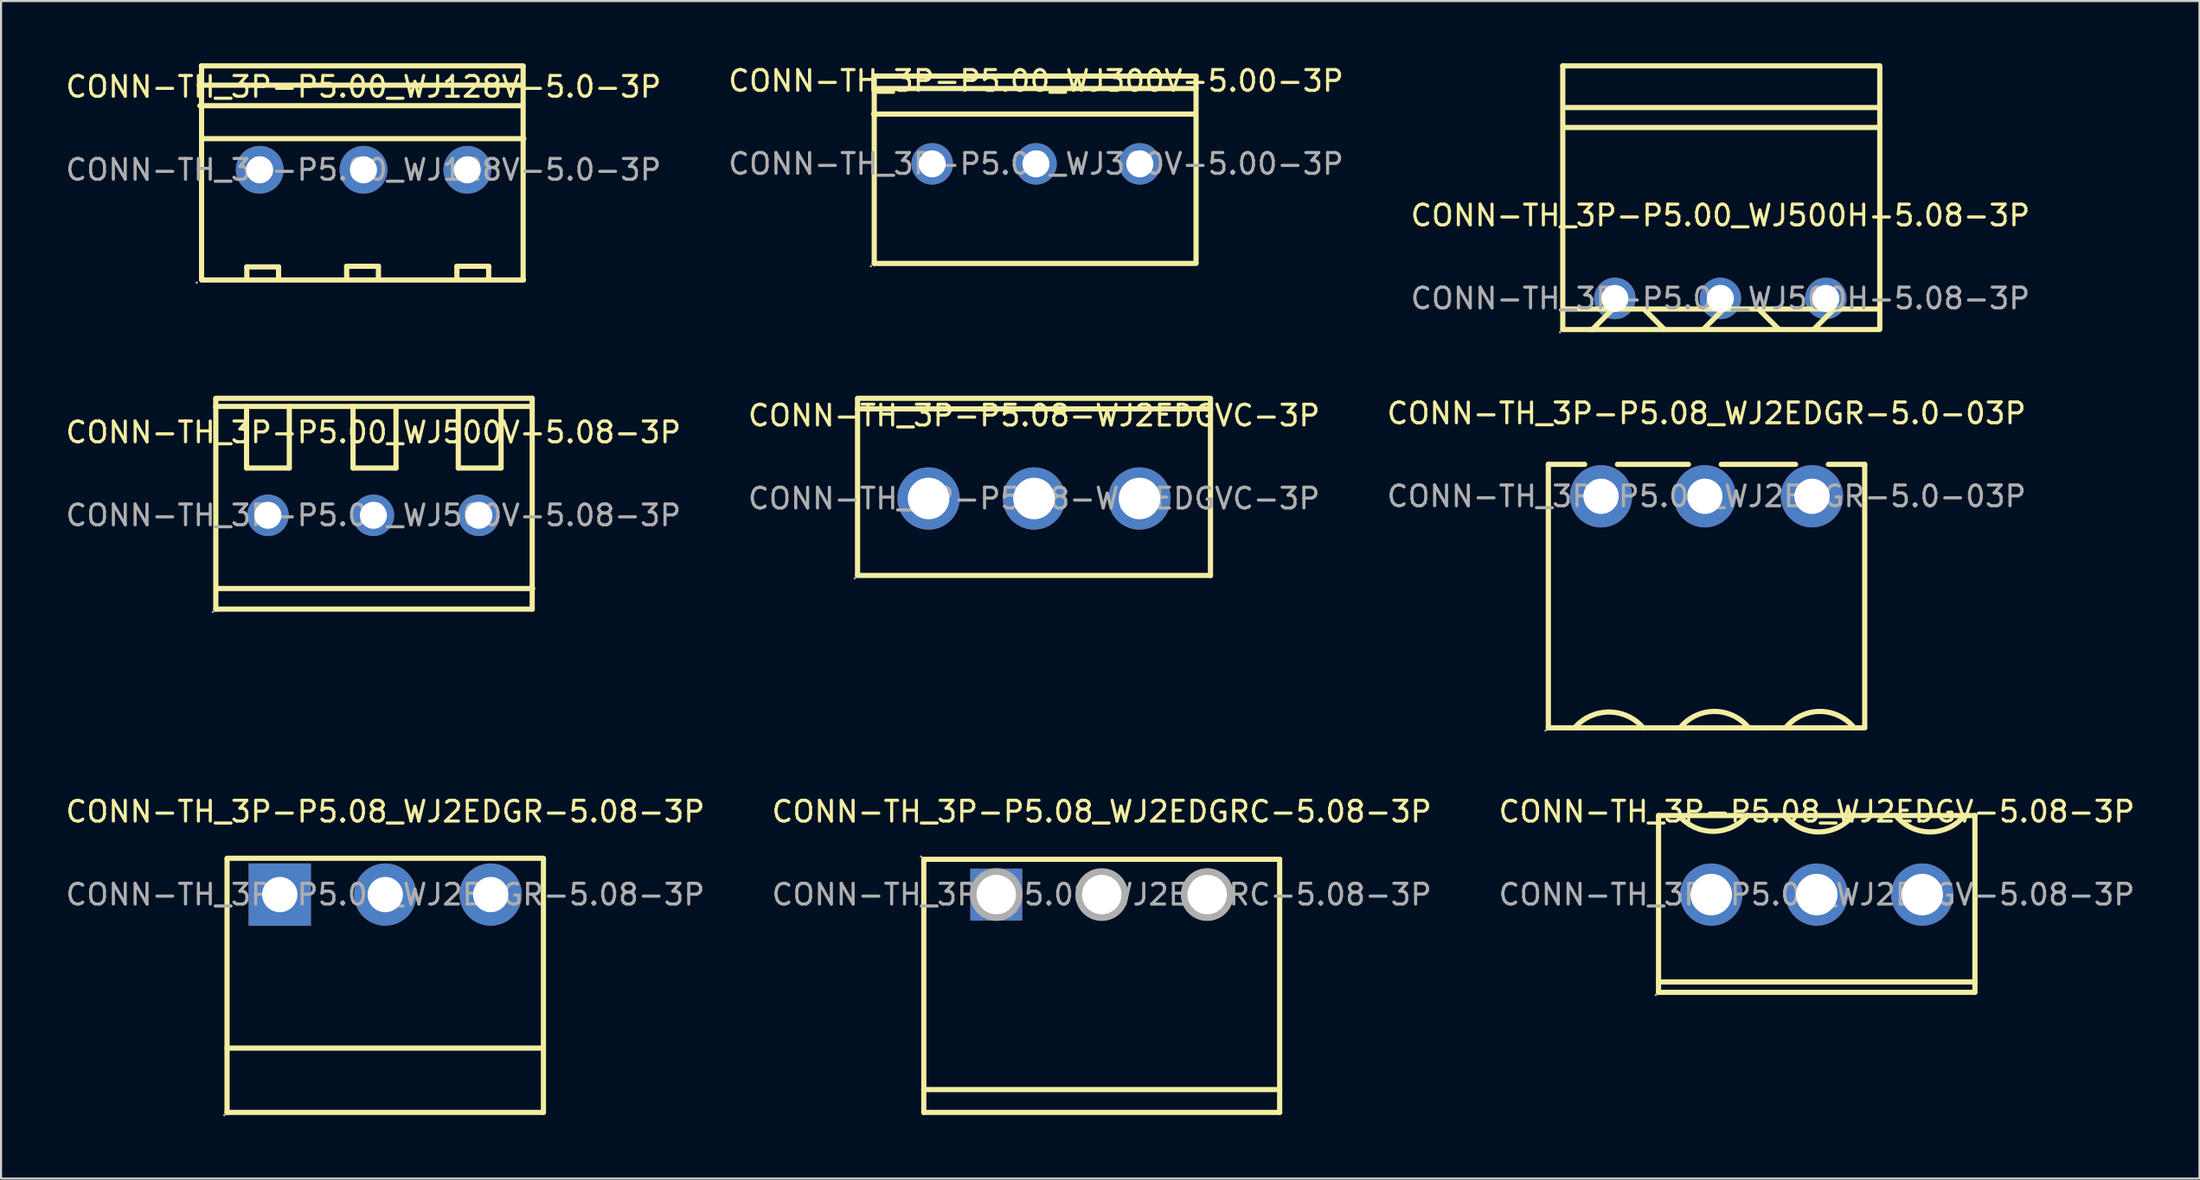
<source format=kicad_pcb>
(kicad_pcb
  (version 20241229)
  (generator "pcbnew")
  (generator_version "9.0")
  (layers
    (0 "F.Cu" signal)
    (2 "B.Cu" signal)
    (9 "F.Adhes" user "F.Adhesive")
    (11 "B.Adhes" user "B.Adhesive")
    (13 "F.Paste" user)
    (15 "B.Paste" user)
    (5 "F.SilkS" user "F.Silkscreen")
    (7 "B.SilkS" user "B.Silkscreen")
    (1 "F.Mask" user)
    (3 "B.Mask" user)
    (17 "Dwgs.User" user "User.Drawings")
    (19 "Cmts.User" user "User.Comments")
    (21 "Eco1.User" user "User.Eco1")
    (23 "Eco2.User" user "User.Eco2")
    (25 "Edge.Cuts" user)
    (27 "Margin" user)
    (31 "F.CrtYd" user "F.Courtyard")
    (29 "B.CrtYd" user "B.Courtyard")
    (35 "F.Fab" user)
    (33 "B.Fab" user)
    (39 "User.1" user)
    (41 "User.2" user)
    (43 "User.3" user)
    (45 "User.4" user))
  (footprint "CONN-TH_3P-P5.08_WJ2EDGRC-5.08-3P"
    (layer "F.Cu")
    (at 50.018 40.072)
    (property "Reference" "CONN-TH_3P-P5.08_WJ2EDGRC-5.08-3P" (at 0 -4 0) (layer "F.SilkS") (effects (font (size 1 1) (thickness 0.15))))
    (attr through_hole)
    (fp_line (start -8.57 -1.7) (end -8.57 10.5) (stroke (width 0.25) (type solid)) (layer "F.SilkS"))
    (fp_line (start -8.57 -1.7) (end 6.95 -1.7) (stroke (width 0.25) (type solid)) (layer "F.SilkS"))
    (fp_line (start -8.57 9.4) (end 8.57 9.4) (stroke (width 0.25) (type solid)) (layer "F.SilkS"))
    (fp_line (start 6.95 -1.7) (end 8.57 -1.7) (stroke (width 0.25) (type solid)) (layer "F.SilkS"))
    (fp_line (start 8.57 10.5) (end -8.57 10.5) (stroke (width 0.25) (type solid)) (layer "F.SilkS"))
    (fp_line (start 8.57 10.5) (end 8.57 -1.7) (stroke (width 0.25) (type solid)) (layer "F.SilkS"))
    (fp_circle (center -8.7 -1.83) (end -8.67 -1.83) (stroke (width 0.06) (type solid)) (fill no) (layer "F.Fab"))
    (fp_circle (center -5.08 0) (end -4.66 0) (stroke (width 0.85) (type solid)) (fill no) (layer "F.Fab"))
    (fp_circle (center 0 0) (end 0.42 0) (stroke (width 0.85) (type solid)) (fill no) (layer "F.Fab"))
    (fp_circle (center 5.08 0) (end 5.5 0) (stroke (width 0.85) (type solid)) (fill no) (layer "F.Fab"))
    (fp_text user "${REFERENCE}" (at 0 0 0) (layer "F.Fab") (effects (font (size 1 1) (thickness 0.15))))
    (pad "1" thru_hole rect (at -5.08 0) (size 2.5 2.5) (drill 1.9) (layers "*.Cu" "*.Paste" "*.Mask"))
    (pad "2" thru_hole circle (at 0 0) (size 2.5 2.5) (drill 1.9) (layers "*.Cu" "*.Paste" "*.Mask"))
    (pad "3" thru_hole circle (at 5.08 0) (size 2.5 2.5) (drill 1.9) (layers "*.Cu" "*.Paste" "*.Mask")))
  (footprint "CONN-TH_3P-P5.00_WJ500V-5.08-3P"
    (layer "F.Cu")
    (at 14.935 21.79)
    (property "Reference" "CONN-TH_3P-P5.00_WJ500V-5.08-3P" (at 0 -4 0) (layer "F.SilkS") (effects (font (size 1 1) (thickness 0.15))))
    (attr through_hole)
    (fp_line (start -7.59 4.53) (end -7.59 -5.63) (stroke (width 0.25) (type solid)) (layer "F.SilkS"))
    (fp_line (start -6.11 -5.25) (end -6.11 -2.28) (stroke (width 0.25) (type solid)) (layer "F.SilkS"))
    (fp_line (start -6.11 -2.28) (end -4.05 -2.28) (stroke (width 0.25) (type solid)) (layer "F.SilkS"))
    (fp_line (start -4.05 -2.28) (end -4.05 -5.25) (stroke (width 0.25) (type solid)) (layer "F.SilkS"))
    (fp_line (start -0.98 -5.25) (end -0.98 -2.28) (stroke (width 0.25) (type solid)) (layer "F.SilkS"))
    (fp_line (start -0.98 -2.28) (end 1.09 -2.28) (stroke (width 0.25) (type solid)) (layer "F.SilkS"))
    (fp_line (start 1.09 -2.28) (end 1.09 -5.25) (stroke (width 0.25) (type solid)) (layer "F.SilkS"))
    (fp_line (start 4.09 -5.25) (end 4.09 -2.28) (stroke (width 0.25) (type solid)) (layer "F.SilkS"))
    (fp_line (start 4.09 -2.28) (end 6.15 -2.28) (stroke (width 0.25) (type solid)) (layer "F.SilkS"))
    (fp_line (start 6.15 -2.28) (end 6.15 -5.25) (stroke (width 0.25) (type solid)) (layer "F.SilkS"))
    (fp_line (start 7.64 -5.25) (end -7.6 -5.25) (stroke (width 0.25) (type solid)) (layer "F.SilkS"))
    (fp_line (start 7.65 -5.64) (end -7.59 -5.64) (stroke (width 0.25) (type solid)) (layer "F.SilkS"))
    (fp_line (start 7.65 4.52) (end -7.59 4.52) (stroke (width 0.25) (type solid)) (layer "F.SilkS"))
    (fp_line (start 7.65 4.52) (end 7.65 -5.64) (stroke (width 0.25) (type solid)) (layer "F.SilkS"))
    (fp_line (start 7.67 3.53) (end -7.57 3.53) (stroke (width 0.25) (type solid)) (layer "F.SilkS"))
    (fp_circle (center -7.73 4.66) (end -7.7 4.66) (stroke (width 0.06) (type solid)) (fill no) (layer "F.Fab"))
    (fp_circle (center -5.08 0) (end -4.8 0) (stroke (width 0.55) (type solid)) (fill no) (layer "F.Fab"))
    (fp_circle (center 0 0) (end 0.28 0) (stroke (width 0.55) (type solid)) (fill no) (layer "F.Fab"))
    (fp_circle (center 5.08 0) (end 5.36 0) (stroke (width 0.55) (type solid)) (fill no) (layer "F.Fab"))
    (fp_text user "${REFERENCE}" (at 0 0 0) (layer "F.Fab") (effects (font (size 1 1) (thickness 0.15))))
    (pad "1" thru_hole circle (at -5.08 0 180) (size 2 2) (drill 1.3) (layers "*.Cu" "*.Paste" "*.Mask"))
    (pad "2" thru_hole circle (at 0 0 180) (size 2 2) (drill 1.3) (layers "*.Cu" "*.Paste" "*.Mask"))
    (pad "3" thru_hole circle (at 5.08 0 180) (size 2 2) (drill 1.3) (layers "*.Cu" "*.Paste" "*.Mask")))
  (footprint "CONN-TH_3P-P5.08-WJ2EDGVC-3P"
    (layer "F.Cu")
    (at 46.756 20.98)
    (property "Reference" "CONN-TH_3P-P5.08-WJ2EDGVC-3P" (at 0 -4 0) (layer "F.SilkS") (effects (font (size 1 1) (thickness 0.15))))
    (attr through_hole)
    (fp_line (start -8.5 -4.83) (end 8.5 -4.83) (stroke (width 0.25) (type solid)) (layer "F.SilkS"))
    (fp_line (start -8.5 -4.32) (end -8.5 3.68) (stroke (width 0.25) (type solid)) (layer "F.SilkS"))
    (fp_line (start -8.5 -4.32) (end 8.5 -4.32) (stroke (width 0.25) (type solid)) (layer "F.SilkS"))
    (fp_line (start -8.5 -4.29) (end -8.5 -4.79) (stroke (width 0.25) (type solid)) (layer "F.SilkS"))
    (fp_line (start -8.5 3.71) (end 8.5 3.71) (stroke (width 0.25) (type solid)) (layer "F.SilkS"))
    (fp_line (start 8.5 -4.29) (end 8.5 -4.79) (stroke (width 0.25) (type solid)) (layer "F.SilkS"))
    (fp_line (start 8.5 -4.29) (end 8.5 3.71) (stroke (width 0.25) (type solid)) (layer "F.SilkS"))
    (fp_circle (center -8.63 3.84) (end -8.6 3.84) (stroke (width 0.06) (type solid)) (fill no) (layer "F.Fab"))
    (fp_circle (center -5.08 0) (end -4.63 0) (stroke (width 0.9) (type solid)) (fill no) (layer "F.Fab"))
    (fp_circle (center 0 0) (end 0.45 0) (stroke (width 0.9) (type solid)) (fill no) (layer "F.Fab"))
    (fp_circle (center 5.08 0) (end 5.53 0) (stroke (width 0.9) (type solid)) (fill no) (layer "F.Fab"))
    (fp_text user "${REFERENCE}" (at 0 0 0) (layer "F.Fab") (effects (font (size 1 1) (thickness 0.15))))
    (pad "1" thru_hole circle (at -5.08 0) (size 3 3) (drill 2) (layers "*.Cu" "*.Paste" "*.Mask"))
    (pad "2" thru_hole circle (at 0 0) (size 3 3) (drill 2) (layers "*.Cu" "*.Paste" "*.Mask"))
    (pad "3" thru_hole circle (at 5.08 0) (size 3 3) (drill 2) (layers "*.Cu" "*.Paste" "*.Mask")))
  (footprint "CONN-TH_3P-P5.08_WJ2EDGR-5.0-03P"
    (layer "F.Cu")
    (at 79.149 20.873)
    (property "Reference" "CONN-TH_3P-P5.08_WJ2EDGR-5.0-03P" (at 0 -4 0) (layer "F.SilkS") (effects (font (size 1 1) (thickness 0.15))))
    (attr through_hole)
    (fp_line (start -7.62 -1.54) (end -7.62 11.16) (stroke (width 0.25) (type solid)) (layer "F.SilkS"))
    (fp_line (start -7.62 -1.54) (end -5.87 -1.54) (stroke (width 0.25) (type solid)) (layer "F.SilkS"))
    (fp_line (start -7.62 11.16) (end 2.54 11.16) (stroke (width 0.25) (type solid)) (layer "F.SilkS"))
    (fp_line (start -4.29 -1.54) (end -0.87 -1.54) (stroke (width 0.25) (type solid)) (layer "F.SilkS"))
    (fp_line (start 0.71 -1.54) (end 4.29 -1.54) (stroke (width 0.25) (type solid)) (layer "F.SilkS"))
    (fp_line (start 5.87 -1.54) (end 7.62 -1.54) (stroke (width 0.25) (type solid)) (layer "F.SilkS"))
    (fp_line (start 7.62 -1.54) (end 7.62 11.16) (stroke (width 0.25) (type solid)) (layer "F.SilkS"))
    (fp_line (start 7.62 11.16) (end 2.54 11.16) (stroke (width 0.25) (type solid)) (layer "F.SilkS"))
    (fp_arc (start -6.350511 11.160599) (mid -4.700394 10.399609) (end -3.05 11.16) (stroke (width 0.25) (type solid)) (layer "F.SilkS"))
    (fp_arc (start -1.268881 11.158614) (mid 0.380891 10.370709) (end 2.03 11.16) (stroke (width 0.25) (type solid)) (layer "F.SilkS"))
    (fp_arc (start 3.811119 11.158614) (mid 5.460891 10.370709) (end 7.11 11.16) (stroke (width 0.25) (type solid)) (layer "F.SilkS"))
    (fp_circle (center -7.75 11.29) (end -7.72 11.29) (stroke (width 0.06) (type solid)) (fill no) (layer "F.Fab"))
    (fp_circle (center -5.08 0) (end -4.7 0) (stroke (width 0.75) (type solid)) (fill no) (layer "F.Fab"))
    (fp_circle (center -0.08 0) (end 0.3 0) (stroke (width 0.75) (type solid)) (fill no) (layer "F.Fab"))
    (fp_circle (center 5.08 0) (end 5.46 0) (stroke (width 0.75) (type solid)) (fill no) (layer "F.Fab"))
    (fp_text user "${REFERENCE}" (at 0 0 0) (layer "F.Fab") (effects (font (size 1 1) (thickness 0.15))))
    (pad "1" thru_hole circle (at -5.08 0) (size 3 3) (drill 1.7) (layers "*.Cu" "*.Paste" "*.Mask"))
    (pad "2" thru_hole circle (at -0.08 0) (size 3 3) (drill 1.7) (layers "*.Cu" "*.Paste" "*.Mask"))
    (pad "3" thru_hole circle (at 5.08 0) (size 3 3) (drill 1.7) (layers "*.Cu" "*.Paste" "*.Mask")))
  (footprint "CONN-TH_3P-P5.08_WJ2EDGV-5.08-3P"
    (layer "F.Cu")
    (at 84.458 40.072)
    (property "Reference" "CONN-TH_3P-P5.08_WJ2EDGV-5.08-3P" (at 0 -4 0) (layer "F.SilkS") (effects (font (size 1 1) (thickness 0.15))))
    (attr through_hole)
    (fp_line (start -7.62 -3.81) (end 7.62 -3.81) (stroke (width 0.25) (type solid)) (layer "F.SilkS"))
    (fp_line (start -7.62 4.71) (end -7.62 -3.81) (stroke (width 0.25) (type solid)) (layer "F.SilkS"))
    (fp_line (start -7.62 4.71) (end 7.62 4.71) (stroke (width 0.25) (type solid)) (layer "F.SilkS"))
    (fp_line (start 7.62 4.21) (end -7.62 4.21) (stroke (width 0.25) (type solid)) (layer "F.SilkS"))
    (fp_line (start 7.62 4.71) (end 7.62 -3.81) (stroke (width 0.25) (type solid)) (layer "F.SilkS"))
    (fp_arc (start -3.34 -3.81) (mid -4.990394 -3.049608) (end -6.640511 -3.810599) (stroke (width 0.25) (type solid)) (layer "F.SilkS"))
    (fp_arc (start 1.74 -3.81) (mid 0.090891 -3.020708) (end -1.558881 -3.808614) (stroke (width 0.25) (type solid)) (layer "F.SilkS"))
    (fp_arc (start 7.11 -3.81) (mid 5.460891 -3.020708) (end 3.811119 -3.808614) (stroke (width 0.25) (type solid)) (layer "F.SilkS"))
    (fp_circle (center -7.75 4.84) (end -7.72 4.84) (stroke (width 0.06) (type solid)) (fill no) (layer "F.Fab"))
    (fp_circle (center -5.08 0) (end -4.63 0) (stroke (width 0.9) (type solid)) (fill no) (layer "F.Fab"))
    (fp_circle (center 0 0) (end 0.45 0) (stroke (width 0.9) (type solid)) (fill no) (layer "F.Fab"))
    (fp_circle (center 5.08 0) (end 5.53 0) (stroke (width 0.9) (type solid)) (fill no) (layer "F.Fab"))
    (fp_text user "${REFERENCE}" (at 0 0 0) (layer "F.Fab") (effects (font (size 1 1) (thickness 0.15))))
    (pad "1" thru_hole circle (at -5.08 0) (size 3 3) (drill 2) (layers "*.Cu" "*.Paste" "*.Mask"))
    (pad "2" thru_hole circle (at 0 0) (size 3 3) (drill 2) (layers "*.Cu" "*.Paste" "*.Mask"))
    (pad "3" thru_hole circle (at 5.08 0) (size 3 3) (drill 2) (layers "*.Cu" "*.Paste" "*.Mask")))
  (footprint "CONN-TH_3P-P5.00_WJ128V-5.0-3P"
    (layer "F.Cu")
    (at 14.458 5.135)
    (property "Reference" "CONN-TH_3P-P5.00_WJ128V-5.0-3P" (at 0 -4 0) (layer "F.SilkS") (effects (font (size 1 1) (thickness 0.15))))
    (attr through_hole)
    (fp_line (start -7.9 -4.08) (end 7.6 -4.08) (stroke (width 0.25) (type solid)) (layer "F.SilkS"))
    (fp_line (start -7.88 -3.09) (end 7.62 -3.09) (stroke (width 0.25) (type solid)) (layer "F.SilkS"))
    (fp_line (start -7.81 -5.01) (end 7.69 -5.01) (stroke (width 0.25) (type solid)) (layer "F.SilkS"))
    (fp_line (start -7.8 -5) (end -7.8 5.3) (stroke (width 0.25) (type solid)) (layer "F.SilkS"))
    (fp_line (start -7.79 5.31) (end 7.71 5.31) (stroke (width 0.25) (type solid)) (layer "F.SilkS"))
    (fp_line (start -7.78 -1.5) (end 7.72 -1.5) (stroke (width 0.25) (type solid)) (layer "F.SilkS"))
    (fp_line (start -5.62 4.68) (end -4.09 4.68) (stroke (width 0.25) (type solid)) (layer "F.SilkS"))
    (fp_line (start -5.62 5.22) (end -5.62 4.68) (stroke (width 0.25) (type solid)) (layer "F.SilkS"))
    (fp_line (start -4.09 4.68) (end -4.09 5.22) (stroke (width 0.25) (type solid)) (layer "F.SilkS"))
    (fp_line (start -0.81 4.65) (end 0.72 4.65) (stroke (width 0.25) (type solid)) (layer "F.SilkS"))
    (fp_line (start -0.81 5.19) (end -0.81 4.65) (stroke (width 0.25) (type solid)) (layer "F.SilkS"))
    (fp_line (start 0.72 4.65) (end 0.72 5.19) (stroke (width 0.25) (type solid)) (layer "F.SilkS"))
    (fp_line (start 4.5 4.65) (end 6.03 4.65) (stroke (width 0.25) (type solid)) (layer "F.SilkS"))
    (fp_line (start 4.5 5.19) (end 4.5 4.65) (stroke (width 0.25) (type solid)) (layer "F.SilkS"))
    (fp_line (start 6.03 4.65) (end 6.03 5.19) (stroke (width 0.25) (type solid)) (layer "F.SilkS"))
    (fp_line (start 7.69 -4.99) (end 7.69 5.31) (stroke (width 0.25) (type solid)) (layer "F.SilkS"))
    (fp_circle (center -8.03 5.44) (end -8 5.44) (stroke (width 0.06) (type solid)) (fill no) (layer "F.Fab"))
    (fp_circle (center -5 0) (end -4.72 0) (stroke (width 0.55) (type solid)) (fill no) (layer "F.Fab"))
    (fp_circle (center 0 0) (end 0.28 0) (stroke (width 0.55) (type solid)) (fill no) (layer "F.Fab"))
    (fp_circle (center 5 0) (end 5.28 0) (stroke (width 0.55) (type solid)) (fill no) (layer "F.Fab"))
    (fp_text user "${REFERENCE}" (at 0 0 0) (layer "F.Fab") (effects (font (size 1 1) (thickness 0.15))))
    (pad "1" thru_hole circle (at -5 0) (size 2.3 2.3) (drill 1.3) (layers "*.Cu" "*.Paste" "*.Mask"))
    (pad "2" thru_hole circle (at 0 0) (size 2.3 2.3) (drill 1.3) (layers "*.Cu" "*.Paste" "*.Mask"))
    (pad "3" thru_hole circle (at 5 0) (size 2.3 2.3) (drill 1.3) (layers "*.Cu" "*.Paste" "*.Mask")))
  (footprint "CONN-TH_3P-P5.00_WJ300V-5.00-3P"
    (layer "F.Cu")
    (at 46.851 4.848)
    (property "Reference" "CONN-TH_3P-P5.00_WJ300V-5.00-3P" (at 0 -4 0) (layer "F.SilkS") (effects (font (size 1 1) (thickness 0.15))))
    (attr through_hole)
    (fp_line (start -7.82 -2.4) (end 7.68 -2.4) (stroke (width 0.25) (type solid)) (layer "F.SilkS"))
    (fp_line (start -7.79 -4.23) (end 7.71 -4.23) (stroke (width 0.25) (type solid)) (layer "F.SilkS"))
    (fp_line (start -7.79 -4.2) (end -7.79 4.8) (stroke (width 0.25) (type solid)) (layer "F.SilkS"))
    (fp_line (start -7.79 -3.63) (end 7.71 -3.63) (stroke (width 0.25) (type solid)) (layer "F.SilkS"))
    (fp_line (start -7.79 4.8) (end 7.71 4.8) (stroke (width 0.25) (type solid)) (layer "F.SilkS"))
    (fp_line (start 7.71 -4.23) (end 7.71 4.77) (stroke (width 0.25) (type solid)) (layer "F.SilkS"))
    (fp_circle (center -7.95 4.93) (end -7.92 4.93) (stroke (width 0.06) (type solid)) (fill no) (layer "F.Fab"))
    (fp_circle (center -5 0) (end -4.72 0) (stroke (width 0.55) (type solid)) (fill no) (layer "F.Fab"))
    (fp_circle (center 0 0) (end 0.28 0) (stroke (width 0.55) (type solid)) (fill no) (layer "F.Fab"))
    (fp_circle (center 5 0) (end 5.28 0) (stroke (width 0.55) (type solid)) (fill no) (layer "F.Fab"))
    (fp_text user "${REFERENCE}" (at 0 0 0) (layer "F.Fab") (effects (font (size 1 1) (thickness 0.15))))
    (pad "1" thru_hole circle (at -5 0) (size 2 2) (drill 1.3) (layers "*.Cu" "*.Paste" "*.Mask"))
    (pad "2" thru_hole circle (at 0 0) (size 2 2) (drill 1.3) (layers "*.Cu" "*.Paste" "*.Mask"))
    (pad "3" thru_hole circle (at 5 0) (size 2 2) (drill 1.3) (layers "*.Cu" "*.Paste" "*.Mask")))
  (footprint "CONN-TH_3P-P5.08_WJ2EDGR-5.08-3P"
    (layer "F.Cu")
    (at 15.506 40.072)
    (property "Reference" "CONN-TH_3P-P5.08_WJ2EDGR-5.08-3P" (at 0 -4 0) (layer "F.SilkS") (effects (font (size 1 1) (thickness 0.15))))
    (attr through_hole)
    (fp_line (start -7.62 7.4) (end 7.62 7.4) (stroke (width 0.25) (type solid)) (layer "F.SilkS"))
    (fp_line (start -7.62 10.5) (end -7.62 -1.7) (stroke (width 0.25) (type solid)) (layer "F.SilkS"))
    (fp_line (start -7.62 10.5) (end 7.62 10.5) (stroke (width 0.25) (type solid)) (layer "F.SilkS"))
    (fp_line (start 7.62 -1.75) (end -7.62 -1.75) (stroke (width 0.25) (type solid)) (layer "F.SilkS"))
    (fp_line (start 7.62 10.5) (end 7.62 -1.7) (stroke (width 0.25) (type solid)) (layer "F.SilkS"))
    (fp_circle (center -7.75 10.63) (end -7.72 10.63) (stroke (width 0.06) (type solid)) (fill no) (layer "F.Fab"))
    (fp_circle (center -5.08 0) (end -4.7 0) (stroke (width 0.75) (type solid)) (fill no) (layer "F.Fab"))
    (fp_circle (center 0 0) (end 0.38 0) (stroke (width 0.75) (type solid)) (fill no) (layer "F.Fab"))
    (fp_circle (center 5.08 0) (end 5.46 0) (stroke (width 0.75) (type solid)) (fill no) (layer "F.Fab"))
    (fp_text user "${REFERENCE}" (at 0 0 0) (layer "F.Fab") (effects (font (size 1 1) (thickness 0.15))))
    (pad "1" thru_hole rect (at -5.08 0) (size 3 3) (drill 1.7) (layers "*.Cu" "*.Paste" "*.Mask"))
    (pad "2" thru_hole circle (at 0 0) (size 3 3) (drill 1.7) (layers "*.Cu" "*.Paste" "*.Mask"))
    (pad "3" thru_hole circle (at 5.08 0) (size 3 3) (drill 1.7) (layers "*.Cu" "*.Paste" "*.Mask")))
  (footprint "CONN-TH_3P-P5.00_WJ500H-5.08-3P"
    (layer "F.Cu")
    (at 79.815 11.335)
    (property "Reference" "CONN-TH_3P-P5.00_WJ500H-5.08-3P" (at 0 -4 0) (layer "F.SilkS") (effects (font (size 1 1) (thickness 0.15))))
    (attr through_hole)
    (fp_line (start -7.59 -11.21) (end -7.59 1.49) (stroke (width 0.25) (type solid)) (layer "F.SilkS"))
    (fp_line (start -6.17 1.5) (end -6.2 1.5) (stroke (width 0.25) (type solid)) (layer "F.SilkS"))
    (fp_line (start -5.18 0.51) (end -6.17 1.5) (stroke (width 0.25) (type solid)) (layer "F.SilkS"))
    (fp_line (start -3.65 0.54) (end -2.72 1.47) (stroke (width 0.25) (type solid)) (layer "F.SilkS"))
    (fp_line (start -2.72 1.47) (end -2.72 1.5) (stroke (width 0.25) (type solid)) (layer "F.SilkS"))
    (fp_line (start -0.78 1.45) (end 0.15 0.52) (stroke (width 0.25) (type solid)) (layer "F.SilkS"))
    (fp_line (start 0.15 0.52) (end 0.18 0.52) (stroke (width 0.25) (type solid)) (layer "F.SilkS"))
    (fp_line (start 1.86 0.53) (end 2.79 1.46) (stroke (width 0.25) (type solid)) (layer "F.SilkS"))
    (fp_line (start 2.79 1.46) (end 2.79 1.49) (stroke (width 0.25) (type solid)) (layer "F.SilkS"))
    (fp_line (start 4.54 1.45) (end 5.47 0.52) (stroke (width 0.25) (type solid)) (layer "F.SilkS"))
    (fp_line (start 5.47 0.52) (end 5.5 0.52) (stroke (width 0.25) (type solid)) (layer "F.SilkS"))
    (fp_line (start 7.65 -11.21) (end -7.59 -11.21) (stroke (width 0.25) (type solid)) (layer "F.SilkS"))
    (fp_line (start 7.65 1.5) (end -7.59 1.5) (stroke (width 0.25) (type solid)) (layer "F.SilkS"))
    (fp_line (start 7.66 0.51) (end -7.58 0.51) (stroke (width 0.25) (type solid)) (layer "F.SilkS"))
    (fp_line (start 7.68 -11.21) (end 7.68 1.49) (stroke (width 0.25) (type solid)) (layer "F.SilkS"))
    (fp_line (start 7.68 -9.2) (end -7.56 -9.2) (stroke (width 0.25) (type solid)) (layer "F.SilkS"))
    (fp_line (start 7.68 -8.24) (end -7.56 -8.24) (stroke (width 0.25) (type solid)) (layer "F.SilkS"))
    (fp_circle (center -7.72 1.63) (end -7.69 1.63) (stroke (width 0.06) (type solid)) (fill no) (layer "F.Fab"))
    (fp_circle (center -5.08 0) (end -4.8 0) (stroke (width 0.55) (type solid)) (fill no) (layer "F.Fab"))
    (fp_circle (center 0 0) (end 0.28 0) (stroke (width 0.55) (type solid)) (fill no) (layer "F.Fab"))
    (fp_circle (center 5.08 0) (end 5.36 0) (stroke (width 0.55) (type solid)) (fill no) (layer "F.Fab"))
    (fp_text user "${REFERENCE}" (at 0 0 0) (layer "F.Fab") (effects (font (size 1 1) (thickness 0.15))))
    (pad "1" thru_hole circle (at -5.08 0 180) (size 2 2) (drill 1.3) (layers "*.Cu" "*.Paste" "*.Mask"))
    (pad "2" thru_hole circle (at 0 0 180) (size 2 2) (drill 1.3) (layers "*.Cu" "*.Paste" "*.Mask"))
    (pad "3" thru_hole circle (at 5.08 0 180) (size 2 2) (drill 1.3) (layers "*.Cu" "*.Paste" "*.Mask")))
  (gr_rect
    (start -3 -3)
    (end 102.893 53.761)
    (stroke (width 0.1) (type default))
    (fill no)
    (layer "Edge.Cuts")))
</source>
